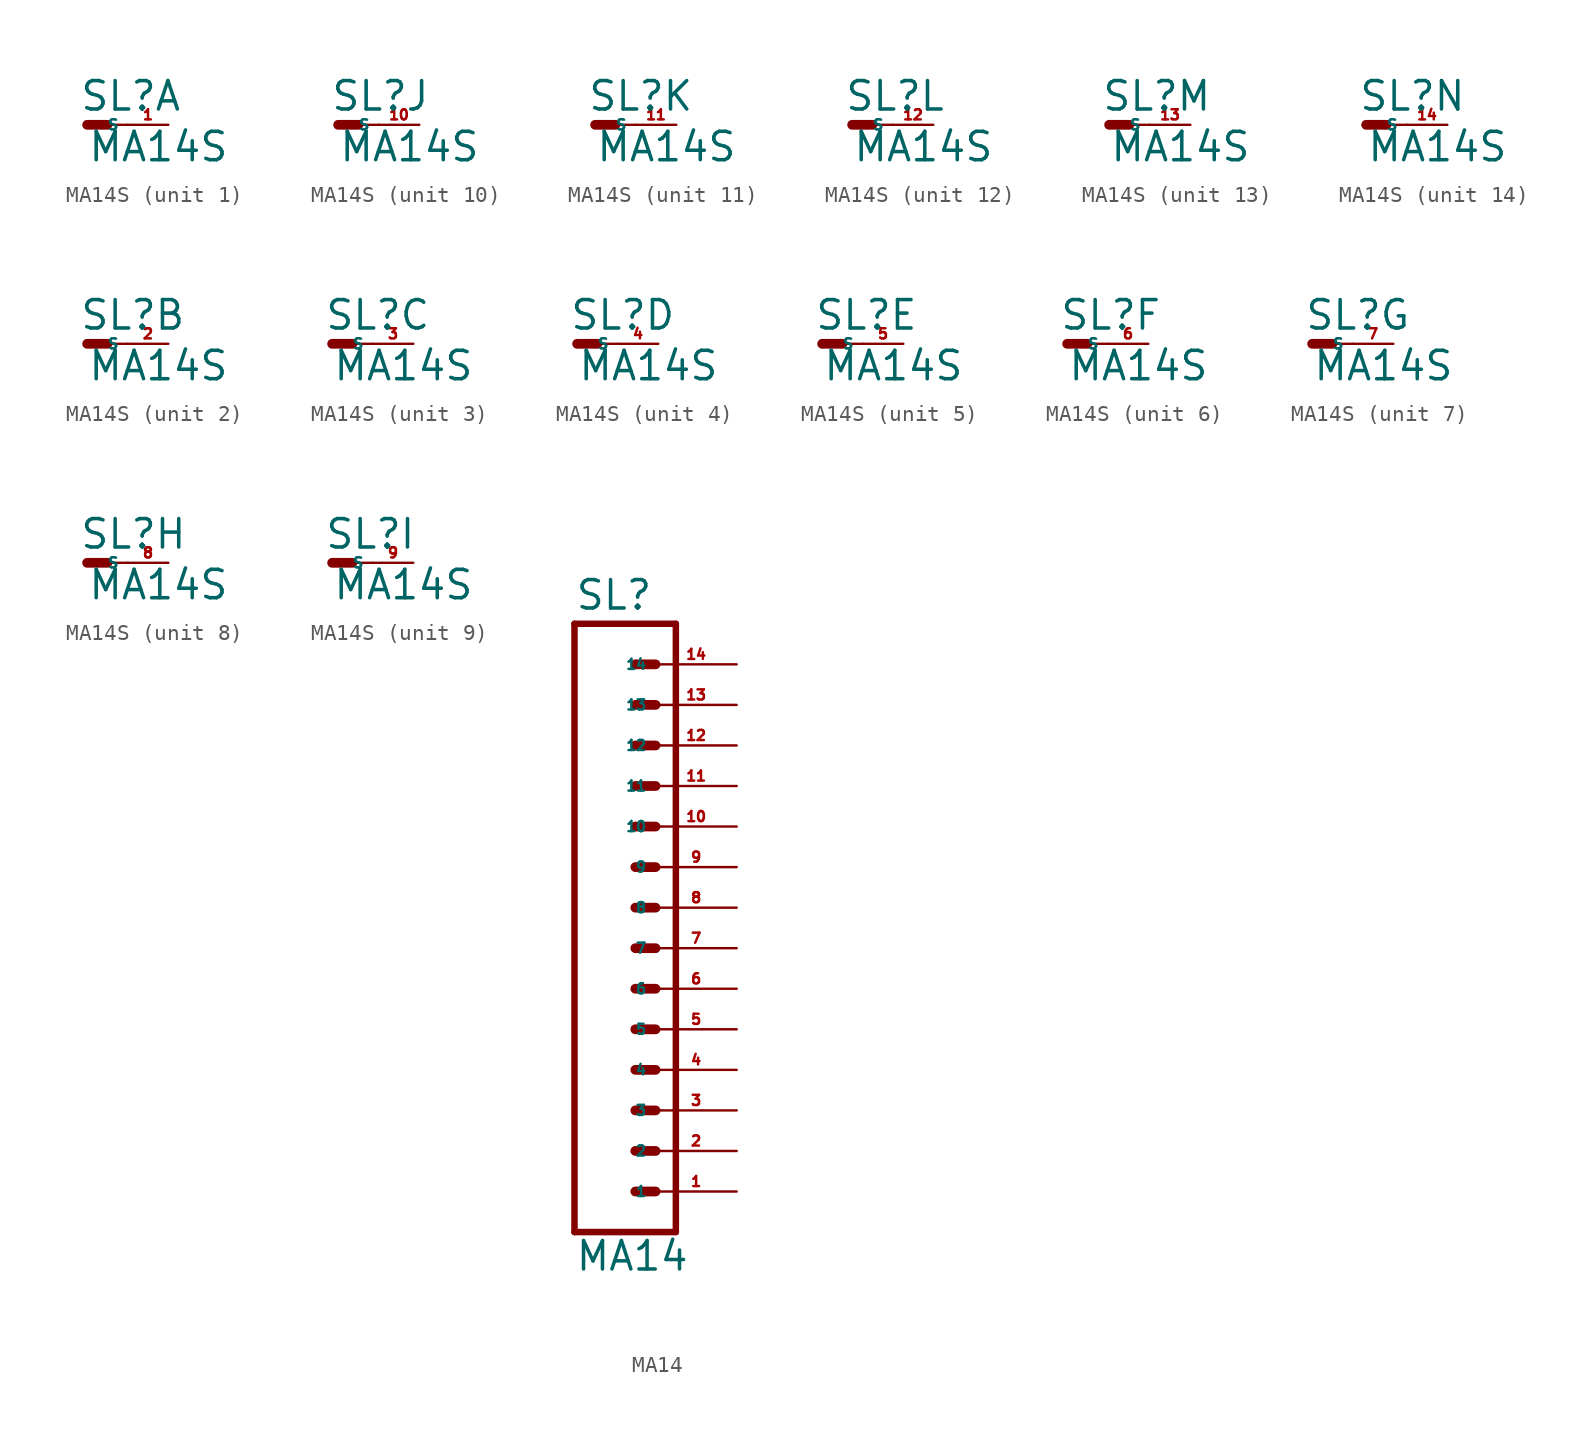
<source format=kicad_sym>
(kicad_symbol_lib
  (version 20220914)
  (generator Eagle2Kicad)
  (symbol "MA14S"
    (property "Reference" "SL"
      (at -0.508 0.762 0)
      (effects (font (size 1.778 1.778) (thickness 0.22)) (justify left bottom)))
    (property "Value" "MA14S"
      (at 0 -2.413 0)
      (effects (font (size 1.778 1.778) (thickness 0.22)) (justify left bottom)))
    (symbol "MA14S_1_0"
      (polyline (pts (xy 0 0) (xy 1.27 0)) (stroke (width 0.61) (type default)) (fill (type none)))
      (polyline (pts (xy 1.27 0) (xy 2.54 0)) (stroke (width 0.152) (type default)) (fill (type none)))
      (pin passive line (at 5.08 0 180) (length 2.54) (name "S" (effects (font (size 0.635 0.635) (thickness 0.08)) (justify left bottom))) (number "1" (effects (font (size 0.635 0.635) (thickness 0.08)) (justify left bottom)))))
    (symbol "MA14S_2_0"
      (polyline (pts (xy 0 0) (xy 1.27 0)) (stroke (width 0.61) (type default)) (fill (type none)))
      (polyline (pts (xy 1.27 0) (xy 2.54 0)) (stroke (width 0.152) (type default)) (fill (type none)))
      (pin passive line (at 5.08 0 180) (length 2.54) (name "S" (effects (font (size 0.635 0.635) (thickness 0.08)) (justify left bottom))) (number "2" (effects (font (size 0.635 0.635) (thickness 0.08)) (justify left bottom)))))
    (symbol "MA14S_3_0"
      (polyline (pts (xy 0 0) (xy 1.27 0)) (stroke (width 0.61) (type default)) (fill (type none)))
      (polyline (pts (xy 1.27 0) (xy 2.54 0)) (stroke (width 0.152) (type default)) (fill (type none)))
      (pin passive line (at 5.08 0 180) (length 2.54) (name "S" (effects (font (size 0.635 0.635) (thickness 0.08)) (justify left bottom))) (number "3" (effects (font (size 0.635 0.635) (thickness 0.08)) (justify left bottom)))))
    (symbol "MA14S_4_0"
      (polyline (pts (xy 0 0) (xy 1.27 0)) (stroke (width 0.61) (type default)) (fill (type none)))
      (polyline (pts (xy 1.27 0) (xy 2.54 0)) (stroke (width 0.152) (type default)) (fill (type none)))
      (pin passive line (at 5.08 0 180) (length 2.54) (name "S" (effects (font (size 0.635 0.635) (thickness 0.08)) (justify left bottom))) (number "4" (effects (font (size 0.635 0.635) (thickness 0.08)) (justify left bottom)))))
    (symbol "MA14S_5_0"
      (polyline (pts (xy 0 0) (xy 1.27 0)) (stroke (width 0.61) (type default)) (fill (type none)))
      (polyline (pts (xy 1.27 0) (xy 2.54 0)) (stroke (width 0.152) (type default)) (fill (type none)))
      (pin passive line (at 5.08 0 180) (length 2.54) (name "S" (effects (font (size 0.635 0.635) (thickness 0.08)) (justify left bottom))) (number "5" (effects (font (size 0.635 0.635) (thickness 0.08)) (justify left bottom)))))
    (symbol "MA14S_6_0"
      (polyline (pts (xy 0 0) (xy 1.27 0)) (stroke (width 0.61) (type default)) (fill (type none)))
      (polyline (pts (xy 1.27 0) (xy 2.54 0)) (stroke (width 0.152) (type default)) (fill (type none)))
      (pin passive line (at 5.08 0 180) (length 2.54) (name "S" (effects (font (size 0.635 0.635) (thickness 0.08)) (justify left bottom))) (number "6" (effects (font (size 0.635 0.635) (thickness 0.08)) (justify left bottom)))))
    (symbol "MA14S_7_0"
      (polyline (pts (xy 0 0) (xy 1.27 0)) (stroke (width 0.61) (type default)) (fill (type none)))
      (polyline (pts (xy 1.27 0) (xy 2.54 0)) (stroke (width 0.152) (type default)) (fill (type none)))
      (pin passive line (at 5.08 0 180) (length 2.54) (name "S" (effects (font (size 0.635 0.635) (thickness 0.08)) (justify left bottom))) (number "7" (effects (font (size 0.635 0.635) (thickness 0.08)) (justify left bottom)))))
    (symbol "MA14S_8_0"
      (polyline (pts (xy 0 0) (xy 1.27 0)) (stroke (width 0.61) (type default)) (fill (type none)))
      (polyline (pts (xy 1.27 0) (xy 2.54 0)) (stroke (width 0.152) (type default)) (fill (type none)))
      (pin passive line (at 5.08 0 180) (length 2.54) (name "S" (effects (font (size 0.635 0.635) (thickness 0.08)) (justify left bottom))) (number "8" (effects (font (size 0.635 0.635) (thickness 0.08)) (justify left bottom)))))
    (symbol "MA14S_9_0"
      (polyline (pts (xy 0 0) (xy 1.27 0)) (stroke (width 0.61) (type default)) (fill (type none)))
      (polyline (pts (xy 1.27 0) (xy 2.54 0)) (stroke (width 0.152) (type default)) (fill (type none)))
      (pin passive line (at 5.08 0 180) (length 2.54) (name "S" (effects (font (size 0.635 0.635) (thickness 0.08)) (justify left bottom))) (number "9" (effects (font (size 0.635 0.635) (thickness 0.08)) (justify left bottom)))))
    (symbol "MA14S_10_0"
      (polyline (pts (xy 0 0) (xy 1.27 0)) (stroke (width 0.61) (type default)) (fill (type none)))
      (polyline (pts (xy 1.27 0) (xy 2.54 0)) (stroke (width 0.152) (type default)) (fill (type none)))
      (pin passive line (at 5.08 0 180) (length 2.54) (name "S" (effects (font (size 0.635 0.635) (thickness 0.08)) (justify left bottom))) (number "10" (effects (font (size 0.635 0.635) (thickness 0.08)) (justify left bottom)))))
    (symbol "MA14S_11_0"
      (polyline (pts (xy 0 0) (xy 1.27 0)) (stroke (width 0.61) (type default)) (fill (type none)))
      (polyline (pts (xy 1.27 0) (xy 2.54 0)) (stroke (width 0.152) (type default)) (fill (type none)))
      (pin passive line (at 5.08 0 180) (length 2.54) (name "S" (effects (font (size 0.635 0.635) (thickness 0.08)) (justify left bottom))) (number "11" (effects (font (size 0.635 0.635) (thickness 0.08)) (justify left bottom)))))
    (symbol "MA14S_12_0"
      (polyline (pts (xy 0 0) (xy 1.27 0)) (stroke (width 0.61) (type default)) (fill (type none)))
      (polyline (pts (xy 1.27 0) (xy 2.54 0)) (stroke (width 0.152) (type default)) (fill (type none)))
      (pin passive line (at 5.08 0 180) (length 2.54) (name "S" (effects (font (size 0.635 0.635) (thickness 0.08)) (justify left bottom))) (number "12" (effects (font (size 0.635 0.635) (thickness 0.08)) (justify left bottom)))))
    (symbol "MA14S_13_0"
      (polyline (pts (xy 0 0) (xy 1.27 0)) (stroke (width 0.61) (type default)) (fill (type none)))
      (polyline (pts (xy 1.27 0) (xy 2.54 0)) (stroke (width 0.152) (type default)) (fill (type none)))
      (pin passive line (at 5.08 0 180) (length 2.54) (name "S" (effects (font (size 0.635 0.635) (thickness 0.08)) (justify left bottom))) (number "13" (effects (font (size 0.635 0.635) (thickness 0.08)) (justify left bottom)))))
    (symbol "MA14S_14_0"
      (polyline (pts (xy 0 0) (xy 1.27 0)) (stroke (width 0.61) (type default)) (fill (type none)))
      (polyline (pts (xy 1.27 0) (xy 2.54 0)) (stroke (width 0.152) (type default)) (fill (type none)))
      (pin passive line (at 5.08 0 180) (length 2.54) (name "S" (effects (font (size 0.635 0.635) (thickness 0.08)) (justify left bottom))) (number "14" (effects (font (size 0.635 0.635) (thickness 0.08)) (justify left bottom))))))
  (symbol "MA14"
    (property "Reference" "SL"
      (at -5.08 18.542 0)
      (effects (font (size 1.778 1.778) (thickness 0.22)) (justify left bottom)))
    (property "Value" "MA14"
      (at -5.08 -22.86 0)
      (effects (font (size 1.778 1.778) (thickness 0.22)) (justify left bottom)))
    (polyline
      (pts (xy 1.27 -20.32) (xy -5.08 -20.32))
      (stroke (width 0.406) (type default))
      (fill (type none)))
    (polyline
      (pts (xy -1.27 -12.7) (xy 0 -12.7))
      (stroke (width 0.61) (type default))
      (fill (type none)))
    (polyline
      (pts (xy -1.27 -15.24) (xy 0 -15.24))
      (stroke (width 0.61) (type default))
      (fill (type none)))
    (polyline
      (pts (xy -1.27 -17.78) (xy 0 -17.78))
      (stroke (width 0.61) (type default))
      (fill (type none)))
    (polyline
      (pts (xy -5.08 17.78) (xy -5.08 -20.32))
      (stroke (width 0.406) (type default))
      (fill (type none)))
    (polyline
      (pts (xy 1.27 -20.32) (xy 1.27 17.78))
      (stroke (width 0.406) (type default))
      (fill (type none)))
    (polyline
      (pts (xy -5.08 17.78) (xy 1.27 17.78))
      (stroke (width 0.406) (type default))
      (fill (type none)))
    (polyline
      (pts (xy -1.27 -7.62) (xy 0 -7.62))
      (stroke (width 0.61) (type default))
      (fill (type none)))
    (polyline
      (pts (xy -1.27 -10.16) (xy 0 -10.16))
      (stroke (width 0.61) (type default))
      (fill (type none)))
    (polyline
      (pts (xy -1.27 -5.08) (xy 0 -5.08))
      (stroke (width 0.61) (type default))
      (fill (type none)))
    (polyline
      (pts (xy -1.27 -2.54) (xy 0 -2.54))
      (stroke (width 0.61) (type default))
      (fill (type none)))
    (polyline
      (pts (xy -1.27 0) (xy 0 0))
      (stroke (width 0.61) (type default))
      (fill (type none)))
    (polyline
      (pts (xy -1.27 2.54) (xy 0 2.54))
      (stroke (width 0.61) (type default))
      (fill (type none)))
    (polyline
      (pts (xy -1.27 5.08) (xy 0 5.08))
      (stroke (width 0.61) (type default))
      (fill (type none)))
    (polyline
      (pts (xy -1.27 7.62) (xy 0 7.62))
      (stroke (width 0.61) (type default))
      (fill (type none)))
    (polyline
      (pts (xy -1.27 10.16) (xy 0 10.16))
      (stroke (width 0.61) (type default))
      (fill (type none)))
    (polyline
      (pts (xy -1.27 12.7) (xy 0 12.7))
      (stroke (width 0.61) (type default))
      (fill (type none)))
    (polyline
      (pts (xy -1.27 15.24) (xy 0 15.24))
      (stroke (width 0.61) (type default))
      (fill (type none)))
    (pin passive line
      (at 5.08 -17.78 180)
      (length 5.08)
      (name "1" (effects (font (size 0.635 0.635) (thickness 0.08)) (justify left bottom)))
      (number "1" (effects (font (size 0.635 0.635) (thickness 0.08)) (justify left bottom))))
    (pin passive line
      (at 5.08 -15.24 180)
      (length 5.08)
      (name "2" (effects (font (size 0.635 0.635) (thickness 0.08)) (justify left bottom)))
      (number "2" (effects (font (size 0.635 0.635) (thickness 0.08)) (justify left bottom))))
    (pin passive line
      (at 5.08 -12.7 180)
      (length 5.08)
      (name "3" (effects (font (size 0.635 0.635) (thickness 0.08)) (justify left bottom)))
      (number "3" (effects (font (size 0.635 0.635) (thickness 0.08)) (justify left bottom))))
    (pin passive line
      (at 5.08 -10.16 180)
      (length 5.08)
      (name "4" (effects (font (size 0.635 0.635) (thickness 0.08)) (justify left bottom)))
      (number "4" (effects (font (size 0.635 0.635) (thickness 0.08)) (justify left bottom))))
    (pin passive line
      (at 5.08 -7.62 180)
      (length 5.08)
      (name "5" (effects (font (size 0.635 0.635) (thickness 0.08)) (justify left bottom)))
      (number "5" (effects (font (size 0.635 0.635) (thickness 0.08)) (justify left bottom))))
    (pin passive line
      (at 5.08 -5.08 180)
      (length 5.08)
      (name "6" (effects (font (size 0.635 0.635) (thickness 0.08)) (justify left bottom)))
      (number "6" (effects (font (size 0.635 0.635) (thickness 0.08)) (justify left bottom))))
    (pin passive line
      (at 5.08 -2.54 180)
      (length 5.08)
      (name "7" (effects (font (size 0.635 0.635) (thickness 0.08)) (justify left bottom)))
      (number "7" (effects (font (size 0.635 0.635) (thickness 0.08)) (justify left bottom))))
    (pin passive line
      (at 5.08 0 180)
      (length 5.08)
      (name "8" (effects (font (size 0.635 0.635) (thickness 0.08)) (justify left bottom)))
      (number "8" (effects (font (size 0.635 0.635) (thickness 0.08)) (justify left bottom))))
    (pin passive line
      (at 5.08 2.54 180)
      (length 5.08)
      (name "9" (effects (font (size 0.635 0.635) (thickness 0.08)) (justify left bottom)))
      (number "9" (effects (font (size 0.635 0.635) (thickness 0.08)) (justify left bottom))))
    (pin passive line
      (at 5.08 5.08 180)
      (length 5.08)
      (name "10" (effects (font (size 0.635 0.635) (thickness 0.08)) (justify left bottom)))
      (number "10" (effects (font (size 0.635 0.635) (thickness 0.08)) (justify left bottom))))
    (pin passive line
      (at 5.08 7.62 180)
      (length 5.08)
      (name "11" (effects (font (size 0.635 0.635) (thickness 0.08)) (justify left bottom)))
      (number "11" (effects (font (size 0.635 0.635) (thickness 0.08)) (justify left bottom))))
    (pin passive line
      (at 5.08 10.16 180)
      (length 5.08)
      (name "12" (effects (font (size 0.635 0.635) (thickness 0.08)) (justify left bottom)))
      (number "12" (effects (font (size 0.635 0.635) (thickness 0.08)) (justify left bottom))))
    (pin passive line
      (at 5.08 12.7 180)
      (length 5.08)
      (name "13" (effects (font (size 0.635 0.635) (thickness 0.08)) (justify left bottom)))
      (number "13" (effects (font (size 0.635 0.635) (thickness 0.08)) (justify left bottom))))
    (pin passive line
      (at 5.08 15.24 180)
      (length 5.08)
      (name "14" (effects (font (size 0.635 0.635) (thickness 0.08)) (justify left bottom)))
      (number "14" (effects (font (size 0.635 0.635) (thickness 0.08)) (justify left bottom))))))
</source>
